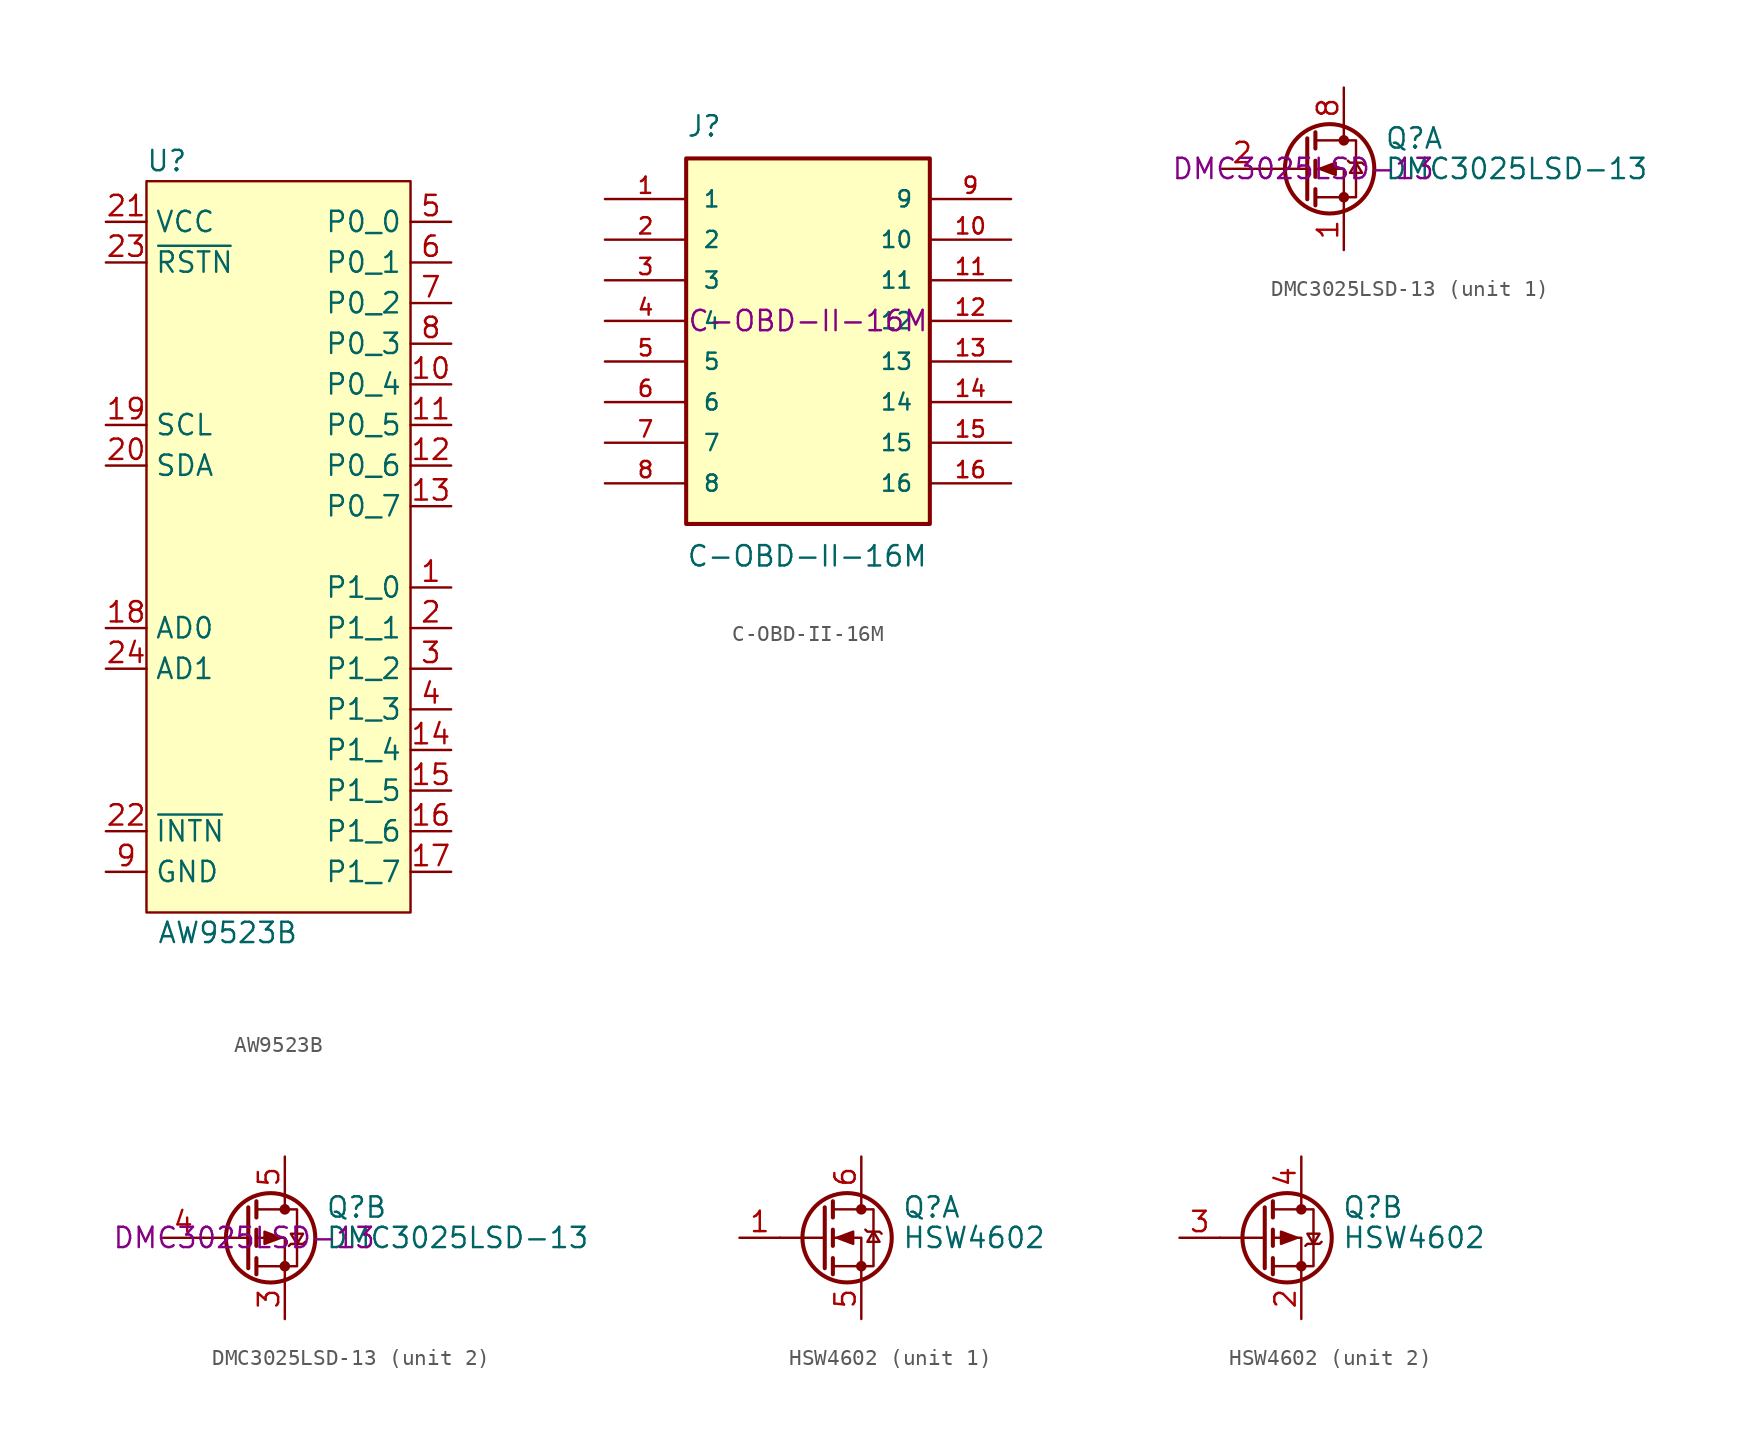
<source format=kicad_sym>
(kicad_symbol_lib
  (version 20211014)
  (generator kicad_symbol_editor)
  (symbol "AW9523B"
    (property "Reference" "U"
      (at -3.81 54.61 0)
      (effects (font (size 1.27 1.27))))
    (property "Value" "AW9523B"
      (at 0 6.35 0)
      (effects (font (size 1.27 1.27))))
    (symbol "AW9523B_0_1"
      (rectangle (start -5.08 7.62) (end 11.43 53.34) (stroke (width 0) (type default) (color 0 0 0 0)) (fill (type background))))
    (symbol "AW9523B_1_1"
      (pin passive line (at 13.97 27.94 180) (length 2.54) (name "P1_0" (effects (font (size 1.27 1.27)))) (number "1" (effects (font (size 1.27 1.27)))))
      (pin passive line (at 13.97 40.64 180) (length 2.54) (name "P0_4" (effects (font (size 1.27 1.27)))) (number "10" (effects (font (size 1.27 1.27)))))
      (pin passive line (at 13.97 38.1 180) (length 2.54) (name "P0_5" (effects (font (size 1.27 1.27)))) (number "11" (effects (font (size 1.27 1.27)))))
      (pin passive line (at 13.97 35.56 180) (length 2.54) (name "P0_6" (effects (font (size 1.27 1.27)))) (number "12" (effects (font (size 1.27 1.27)))))
      (pin passive line (at 13.97 33.02 180) (length 2.54) (name "P0_7" (effects (font (size 1.27 1.27)))) (number "13" (effects (font (size 1.27 1.27)))))
      (pin passive line (at 13.97 17.78 180) (length 2.54) (name "P1_4" (effects (font (size 1.27 1.27)))) (number "14" (effects (font (size 1.27 1.27)))))
      (pin passive line (at 13.97 15.24 180) (length 2.54) (name "P1_5" (effects (font (size 1.27 1.27)))) (number "15" (effects (font (size 1.27 1.27)))))
      (pin passive line (at 13.97 12.7 180) (length 2.54) (name "P1_6" (effects (font (size 1.27 1.27)))) (number "16" (effects (font (size 1.27 1.27)))))
      (pin passive line (at 13.97 10.16 180) (length 2.54) (name "P1_7" (effects (font (size 1.27 1.27)))) (number "17" (effects (font (size 1.27 1.27)))))
      (pin input line (at -7.62 25.4 0) (length 2.54) (name "AD0" (effects (font (size 1.27 1.27)))) (number "18" (effects (font (size 1.27 1.27)))))
      (pin input line (at -7.62 38.1 0) (length 2.54) (name "SCL" (effects (font (size 1.27 1.27)))) (number "19" (effects (font (size 1.27 1.27)))))
      (pin passive line (at 13.97 25.4 180) (length 2.54) (name "P1_1" (effects (font (size 1.27 1.27)))) (number "2" (effects (font (size 1.27 1.27)))))
      (pin bidirectional line (at -7.62 35.56 0) (length 2.54) (name "SDA" (effects (font (size 1.27 1.27)))) (number "20" (effects (font (size 1.27 1.27)))))
      (pin power_in line (at -7.62 50.8 0) (length 2.54) (name "VCC" (effects (font (size 1.27 1.27)))) (number "21" (effects (font (size 1.27 1.27)))))
      (pin output line (at -7.62 12.7 0) (length 2.54) (name "~{INTN}" (effects (font (size 1.27 1.27)))) (number "22" (effects (font (size 1.27 1.27)))))
      (pin input line (at -7.62 48.26 0) (length 2.54) (name "~{RSTN}" (effects (font (size 1.27 1.27)))) (number "23" (effects (font (size 1.27 1.27)))))
      (pin input line (at -7.62 22.86 0) (length 2.54) (name "AD1" (effects (font (size 1.27 1.27)))) (number "24" (effects (font (size 1.27 1.27)))))
      (pin passive line (at 13.97 22.86 180) (length 2.54) (name "P1_2" (effects (font (size 1.27 1.27)))) (number "3" (effects (font (size 1.27 1.27)))))
      (pin passive line (at 13.97 20.32 180) (length 2.54) (name "P1_3" (effects (font (size 1.27 1.27)))) (number "4" (effects (font (size 1.27 1.27)))))
      (pin passive line (at 13.97 50.8 180) (length 2.54) (name "P0_0" (effects (font (size 1.27 1.27)))) (number "5" (effects (font (size 1.27 1.27)))))
      (pin passive line (at 13.97 48.26 180) (length 2.54) (name "P0_1" (effects (font (size 1.27 1.27)))) (number "6" (effects (font (size 1.27 1.27)))))
      (pin passive line (at 13.97 45.72 180) (length 2.54) (name "P0_2" (effects (font (size 1.27 1.27)))) (number "7" (effects (font (size 1.27 1.27)))))
      (pin passive line (at 13.97 43.18 180) (length 2.54) (name "P0_3" (effects (font (size 1.27 1.27)))) (number "8" (effects (font (size 1.27 1.27)))))
      (pin power_in line (at -7.62 10.16 0) (length 2.54) (name "GND" (effects (font (size 1.27 1.27)))) (number "9" (effects (font (size 1.27 1.27)))))))
  (symbol "C-OBD-II-16M"
    (pin_names
      (offset 1.016))
    (property "Reference" "J"
      (at -7.62 11.43 0)
      (effects (font (size 1.27 1.27)) (justify left bottom)))
    (property "Value" "C-OBD-II-16M"
      (at -7.62 -13.97 0)
      (effects (font (size 1.27 1.27)) (justify left top)))
    (property "manf#" "C-OBD-II-16M"
      (at 0 0 0)
      (effects (font (size 1.27 1.27))))
    (symbol "C-OBD-II-16M_0_0"
      (rectangle (start -7.62 -12.7) (end 7.62 10.16) (stroke (width 0.254) (type default) (color 0 0 0 0)) (fill (type background)))
      (pin passive line (at -12.7 7.62 0) (length 5.08) (name "1" (effects (font (size 1.016 1.016)))) (number "1" (effects (font (size 1.016 1.016)))))
      (pin passive line (at 12.7 5.08 180) (length 5.08) (name "10" (effects (font (size 1.016 1.016)))) (number "10" (effects (font (size 1.016 1.016)))))
      (pin passive line (at 12.7 2.54 180) (length 5.08) (name "11" (effects (font (size 1.016 1.016)))) (number "11" (effects (font (size 1.016 1.016)))))
      (pin passive line (at 12.7 0 180) (length 5.08) (name "12" (effects (font (size 1.016 1.016)))) (number "12" (effects (font (size 1.016 1.016)))))
      (pin passive line (at 12.7 -2.54 180) (length 5.08) (name "13" (effects (font (size 1.016 1.016)))) (number "13" (effects (font (size 1.016 1.016)))))
      (pin passive line (at 12.7 -5.08 180) (length 5.08) (name "14" (effects (font (size 1.016 1.016)))) (number "14" (effects (font (size 1.016 1.016)))))
      (pin passive line (at 12.7 -7.62 180) (length 5.08) (name "15" (effects (font (size 1.016 1.016)))) (number "15" (effects (font (size 1.016 1.016)))))
      (pin passive line (at 12.7 -10.16 180) (length 5.08) (name "16" (effects (font (size 1.016 1.016)))) (number "16" (effects (font (size 1.016 1.016)))))
      (pin passive line (at -12.7 5.08 0) (length 5.08) (name "2" (effects (font (size 1.016 1.016)))) (number "2" (effects (font (size 1.016 1.016)))))
      (pin passive line (at -12.7 2.54 0) (length 5.08) (name "3" (effects (font (size 1.016 1.016)))) (number "3" (effects (font (size 1.016 1.016)))))
      (pin passive line (at -12.7 0 0) (length 5.08) (name "4" (effects (font (size 1.016 1.016)))) (number "4" (effects (font (size 1.016 1.016)))))
      (pin passive line (at -12.7 -2.54 0) (length 5.08) (name "5" (effects (font (size 1.016 1.016)))) (number "5" (effects (font (size 1.016 1.016)))))
      (pin passive line (at -12.7 -5.08 0) (length 5.08) (name "6" (effects (font (size 1.016 1.016)))) (number "6" (effects (font (size 1.016 1.016)))))
      (pin passive line (at -12.7 -7.62 0) (length 5.08) (name "7" (effects (font (size 1.016 1.016)))) (number "7" (effects (font (size 1.016 1.016)))))
      (pin passive line (at -12.7 -10.16 0) (length 5.08) (name "8" (effects (font (size 1.016 1.016)))) (number "8" (effects (font (size 1.016 1.016)))))
      (pin passive line (at 12.7 7.62 180) (length 5.08) (name "9" (effects (font (size 1.016 1.016)))) (number "9" (effects (font (size 1.016 1.016)))))))
  (symbol "DMC3025LSD-13"
    (pin_names hide)
    (property "Reference" "Q"
      (at 5.08 1.905 0)
      (effects (font (size 1.27 1.27)) (justify left)))
    (property "Value" "DMC3025LSD-13"
      (at 5.08 0 0)
      (effects (font (size 1.27 1.27)) (justify left)))
    (property "manf#" "DMC3025LSD-13"
      (at 0 0 0)
      (effects (font (size 1.27 1.27))))
    (symbol "DMC3025LSD-13_0_1"
      (polyline (pts (xy 0.254 0) (xy -2.54 0)) (stroke (width 0) (type default) (color 0 0 0 0)) (fill (type none)))
      (polyline (pts (xy 0.254 1.905) (xy 0.254 -1.905)) (stroke (width 0.254) (type default) (color 0 0 0 0)) (fill (type none)))
      (polyline (pts (xy 0.762 -1.27) (xy 0.762 -2.286)) (stroke (width 0.254) (type default) (color 0 0 0 0)) (fill (type none)))
      (polyline (pts (xy 0.762 0.508) (xy 0.762 -0.508)) (stroke (width 0.254) (type default) (color 0 0 0 0)) (fill (type none)))
      (polyline (pts (xy 0.762 2.286) (xy 0.762 1.27)) (stroke (width 0.254) (type default) (color 0 0 0 0)) (fill (type none)))
      (polyline (pts (xy 2.54 2.54) (xy 2.54 1.778)) (stroke (width 0) (type default) (color 0 0 0 0)) (fill (type none)))
      (polyline (pts (xy 2.54 -2.54) (xy 2.54 0) (xy 0.762 0)) (stroke (width 0) (type default) (color 0 0 0 0)) (fill (type none)))
      (polyline (pts (xy 0.762 -1.778) (xy 3.302 -1.778) (xy 3.302 1.778) (xy 0.762 1.778)) (stroke (width 0) (type default) (color 0 0 0 0)) (fill (type none)))
      (circle (center 1.651 0) (radius 2.794) (stroke (width 0.254) (type default) (color 0 0 0 0)) (fill (type none)))
      (circle (center 2.54 -1.778) (radius 0.254) (stroke (width 0) (type default) (color 0 0 0 0)) (fill (type outline)))
      (circle (center 2.54 1.778) (radius 0.254) (stroke (width 0) (type default) (color 0 0 0 0)) (fill (type outline))))
    (symbol "DMC3025LSD-13_1_1"
      (polyline (pts (xy 1.016 0) (xy 2.032 0.381) (xy 2.032 -0.381) (xy 1.016 0)) (stroke (width 0) (type default) (color 0 0 0 0)) (fill (type outline)))
      (polyline (pts (xy 2.794 0.508) (xy 2.921 0.381) (xy 3.683 0.381) (xy 3.81 0.254)) (stroke (width 0) (type default) (color 0 0 0 0)) (fill (type none)))
      (polyline (pts (xy 3.302 0.381) (xy 2.921 -0.254) (xy 3.683 -0.254) (xy 3.302 0.381)) (stroke (width 0) (type default) (color 0 0 0 0)) (fill (type none)))
      (pin passive line (at 2.54 -5.08 90) (length 2.54) (name "S" (effects (font (size 1.27 1.27)))) (number "1" (effects (font (size 1.27 1.27)))))
      (pin input line (at -5.08 0 0) (length 2.54) (name "G" (effects (font (size 1.27 1.27)))) (number "2" (effects (font (size 1.27 1.27)))))
      (pin passive line (at 2.54 5.08 270) (length 2.54) (name "D" (effects (font (size 1.27 1.27)))) (number "8" (effects (font (size 1.27 1.27))))))
    (symbol "DMC3025LSD-13_2_1"
      (polyline (pts (xy 2.286 0) (xy 1.27 0.381) (xy 1.27 -0.381) (xy 2.286 0)) (stroke (width 0) (type default) (color 0 0 0 0)) (fill (type outline)))
      (polyline (pts (xy 2.794 -0.508) (xy 2.921 -0.381) (xy 3.683 -0.381) (xy 3.81 -0.254)) (stroke (width 0) (type default) (color 0 0 0 0)) (fill (type none)))
      (polyline (pts (xy 3.302 -0.381) (xy 2.921 0.254) (xy 3.683 0.254) (xy 3.302 -0.381)) (stroke (width 0) (type default) (color 0 0 0 0)) (fill (type none)))
      (pin passive line (at 2.54 -5.08 90) (length 2.54) (name "1" (effects (font (size 1.27 1.27)))) (number "3" (effects (font (size 1.27 1.27)))))
      (pin input line (at -5.08 0 0) (length 2.54) (name "G" (effects (font (size 1.27 1.27)))) (number "4" (effects (font (size 1.27 1.27)))))
      (pin passive line (at 2.54 5.08 270) (length 2.54) (name "D" (effects (font (size 1.27 1.27)))) (number "5" (effects (font (size 1.27 1.27)))))))
  (symbol "HSW4602"
    (pin_names hide)
    (property "Reference" "Q"
      (at 5.08 1.905 0)
      (effects (font (size 1.27 1.27)) (justify left)))
    (property "Value" "HSW4602"
      (at 5.08 0 0)
      (effects (font (size 1.27 1.27)) (justify left)))
    (symbol "HSW4602_0_1"
      (polyline (pts (xy 0.254 0) (xy -2.54 0)) (stroke (width 0) (type default) (color 0 0 0 0)) (fill (type none)))
      (polyline (pts (xy 0.254 1.905) (xy 0.254 -1.905)) (stroke (width 0.254) (type default) (color 0 0 0 0)) (fill (type none)))
      (polyline (pts (xy 0.762 -1.27) (xy 0.762 -2.286)) (stroke (width 0.254) (type default) (color 0 0 0 0)) (fill (type none)))
      (polyline (pts (xy 0.762 0.508) (xy 0.762 -0.508)) (stroke (width 0.254) (type default) (color 0 0 0 0)) (fill (type none)))
      (polyline (pts (xy 0.762 2.286) (xy 0.762 1.27)) (stroke (width 0.254) (type default) (color 0 0 0 0)) (fill (type none)))
      (polyline (pts (xy 2.54 2.54) (xy 2.54 1.778)) (stroke (width 0) (type default) (color 0 0 0 0)) (fill (type none)))
      (polyline (pts (xy 2.54 -2.54) (xy 2.54 0) (xy 0.762 0)) (stroke (width 0) (type default) (color 0 0 0 0)) (fill (type none)))
      (polyline (pts (xy 0.762 -1.778) (xy 3.302 -1.778) (xy 3.302 1.778) (xy 0.762 1.778)) (stroke (width 0) (type default) (color 0 0 0 0)) (fill (type none)))
      (circle (center 1.651 0) (radius 2.794) (stroke (width 0.254) (type default) (color 0 0 0 0)) (fill (type none)))
      (circle (center 2.54 -1.778) (radius 0.254) (stroke (width 0) (type default) (color 0 0 0 0)) (fill (type outline)))
      (circle (center 2.54 1.778) (radius 0.254) (stroke (width 0) (type default) (color 0 0 0 0)) (fill (type outline))))
    (symbol "HSW4602_1_1"
      (polyline (pts (xy 1.016 0) (xy 2.032 0.381) (xy 2.032 -0.381) (xy 1.016 0)) (stroke (width 0) (type default) (color 0 0 0 0)) (fill (type outline)))
      (polyline (pts (xy 2.794 0.508) (xy 2.921 0.381) (xy 3.683 0.381) (xy 3.81 0.254)) (stroke (width 0) (type default) (color 0 0 0 0)) (fill (type none)))
      (polyline (pts (xy 3.302 0.381) (xy 2.921 -0.254) (xy 3.683 -0.254) (xy 3.302 0.381)) (stroke (width 0) (type default) (color 0 0 0 0)) (fill (type none)))
      (pin input line (at -5.08 0 0) (length 2.54) (name "G" (effects (font (size 1.27 1.27)))) (number "1" (effects (font (size 1.27 1.27)))))
      (pin passive line (at 2.54 -5.08 90) (length 2.54) (name "S" (effects (font (size 1.27 1.27)))) (number "5" (effects (font (size 1.27 1.27)))))
      (pin passive line (at 2.54 5.08 270) (length 2.54) (name "D" (effects (font (size 1.27 1.27)))) (number "6" (effects (font (size 1.27 1.27))))))
    (symbol "HSW4602_2_1"
      (polyline (pts (xy 2.286 0) (xy 1.27 0.381) (xy 1.27 -0.381) (xy 2.286 0)) (stroke (width 0) (type default) (color 0 0 0 0)) (fill (type outline)))
      (polyline (pts (xy 2.794 -0.508) (xy 2.921 -0.381) (xy 3.683 -0.381) (xy 3.81 -0.254)) (stroke (width 0) (type default) (color 0 0 0 0)) (fill (type none)))
      (polyline (pts (xy 3.302 -0.381) (xy 2.921 0.254) (xy 3.683 0.254) (xy 3.302 -0.381)) (stroke (width 0) (type default) (color 0 0 0 0)) (fill (type none)))
      (pin passive line (at 2.54 -5.08 90) (length 2.54) (name "1" (effects (font (size 1.27 1.27)))) (number "2" (effects (font (size 1.27 1.27)))))
      (pin input line (at -5.08 0 0) (length 2.54) (name "G" (effects (font (size 1.27 1.27)))) (number "3" (effects (font (size 1.27 1.27)))))
      (pin passive line (at 2.54 5.08 270) (length 2.54) (name "D" (effects (font (size 1.27 1.27)))) (number "4" (effects (font (size 1.27 1.27))))))))
</source>
